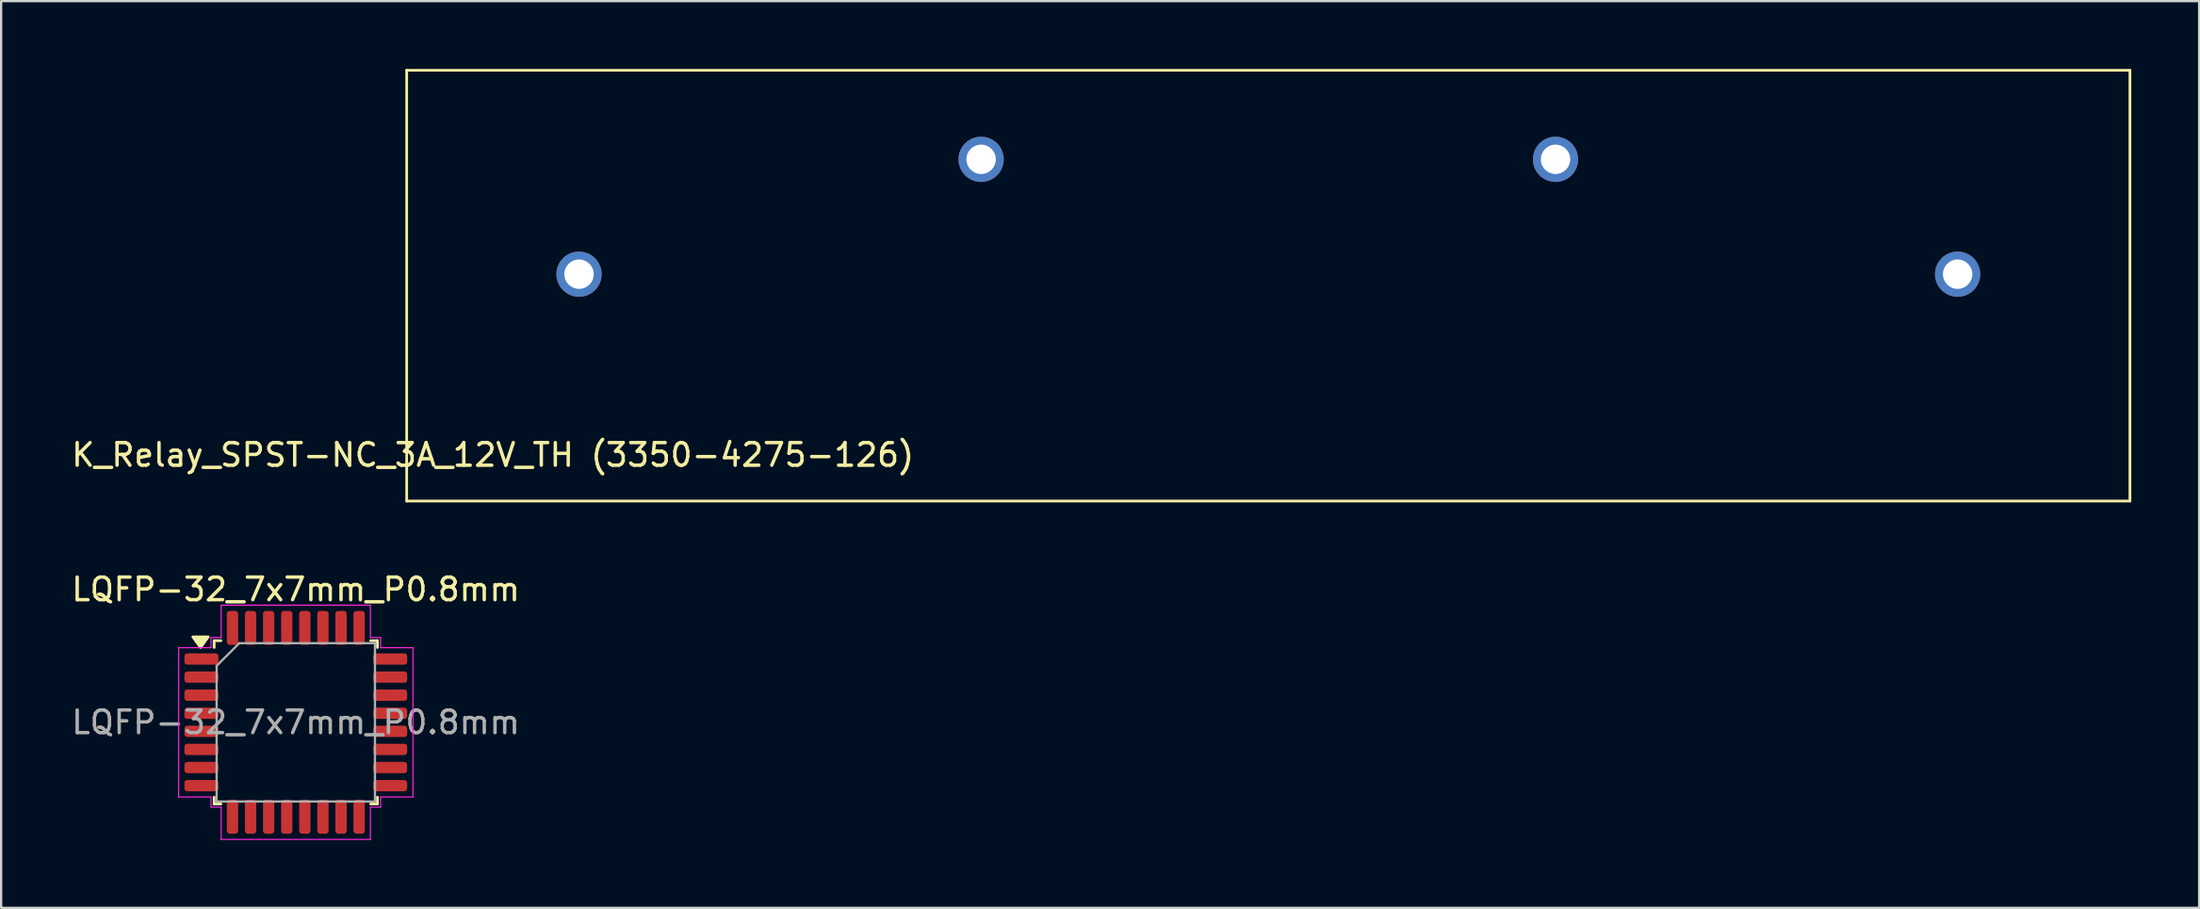
<source format=kicad_pcb>
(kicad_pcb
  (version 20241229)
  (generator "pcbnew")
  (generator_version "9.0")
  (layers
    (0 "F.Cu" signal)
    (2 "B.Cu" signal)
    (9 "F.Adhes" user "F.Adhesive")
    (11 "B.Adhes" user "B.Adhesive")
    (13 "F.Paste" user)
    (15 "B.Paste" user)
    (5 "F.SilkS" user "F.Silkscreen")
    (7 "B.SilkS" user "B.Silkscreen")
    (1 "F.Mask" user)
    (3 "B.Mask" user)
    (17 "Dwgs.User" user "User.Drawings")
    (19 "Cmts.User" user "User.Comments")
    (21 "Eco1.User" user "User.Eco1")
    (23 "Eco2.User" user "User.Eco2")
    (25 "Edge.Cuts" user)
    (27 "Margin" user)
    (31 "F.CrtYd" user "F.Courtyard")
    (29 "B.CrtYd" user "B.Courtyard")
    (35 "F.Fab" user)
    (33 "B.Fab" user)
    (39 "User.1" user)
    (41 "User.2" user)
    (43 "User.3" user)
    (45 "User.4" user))
  (footprint "K_Relay_SPST-NC_3A_12V_TH (3350-4275-126)"
    (layer "F.Cu")
    (at 18.744 16.57)
    (property "Reference" "K_Relay_SPST-NC_3A_12V_TH (3350-4275-126)" (at 0 0.5 0) (layer "F.SilkS") (effects (font (size 1 1) (thickness 0.15))))
    (attr through_hole)
    (fp_line (start -3.81 -16.51) (end -3.81 2.54) (stroke (width 0.12) (type solid)) (layer "F.SilkS"))
    (fp_line (start -3.81 2.54) (end 72.39 2.54) (stroke (width 0.12) (type solid)) (layer "F.SilkS"))
    (fp_line (start 72.39 -16.51) (end -3.81 -16.51) (stroke (width 0.12) (type solid)) (layer "F.SilkS"))
    (fp_line (start 72.39 2.54) (end 72.39 -16.51) (stroke (width 0.12) (type solid)) (layer "F.SilkS"))
    (pad "1" thru_hole circle (at 64.77 -7.493) (size 2 2) (drill 1.3) (layers "*.Cu" "*.Mask"))
    (pad "2" thru_hole circle (at 46.99 -12.573) (size 2 2) (drill 1.3) (layers "*.Cu" "*.Mask"))
    (pad "3" thru_hole circle (at 21.59 -12.573) (size 2 2) (drill 1.3) (layers "*.Cu" "*.Mask"))
    (pad "4" thru_hole circle (at 3.81 -7.493) (size 2 2) (drill 1.3) (layers "*.Cu" "*.Mask")))
  (footprint "LQFP-32_7x7mm_P0.8mm"
    (layer "F.Cu")
    (at 10.03 28.898)
    (property "Reference" "LQFP-32_7x7mm_P0.8mm" (at 0 -5.88 0) (layer "F.SilkS") (effects (font (size 1 1) (thickness 0.15))))
    (attr smd)
    (fp_line (start -3.61 -3.61) (end -3.61 -3.31) (stroke (width 0.12) (type solid)) (layer "F.SilkS"))
    (fp_line (start -3.61 3.61) (end -3.61 3.31) (stroke (width 0.12) (type solid)) (layer "F.SilkS"))
    (fp_line (start -3.31 -3.61) (end -3.61 -3.61) (stroke (width 0.12) (type solid)) (layer "F.SilkS"))
    (fp_line (start -3.31 3.61) (end -3.61 3.61) (stroke (width 0.12) (type solid)) (layer "F.SilkS"))
    (fp_line (start 3.31 -3.61) (end 3.61 -3.61) (stroke (width 0.12) (type solid)) (layer "F.SilkS"))
    (fp_line (start 3.31 3.61) (end 3.61 3.61) (stroke (width 0.12) (type solid)) (layer "F.SilkS"))
    (fp_line (start 3.61 -3.61) (end 3.61 -3.31) (stroke (width 0.12) (type solid)) (layer "F.SilkS"))
    (fp_line (start 3.61 3.61) (end 3.61 3.31) (stroke (width 0.12) (type solid)) (layer "F.SilkS"))
    (fp_poly (pts (xy -4.213 -3.31) (xy -4.553 -3.78) (xy -3.873 -3.78)) (stroke (width 0.12) (type solid)) (fill yes) (layer "F.SilkS"))
    (fp_line (start -5.18 -3.3) (end -3.75 -3.3) (stroke (width 0.05) (type solid)) (layer "F.CrtYd"))
    (fp_line (start -5.18 3.3) (end -5.18 -3.3) (stroke (width 0.05) (type solid)) (layer "F.CrtYd"))
    (fp_line (start -3.75 -3.75) (end -3.3 -3.75) (stroke (width 0.05) (type solid)) (layer "F.CrtYd"))
    (fp_line (start -3.75 -3.3) (end -3.75 -3.75) (stroke (width 0.05) (type solid)) (layer "F.CrtYd"))
    (fp_line (start -3.75 3.3) (end -5.18 3.3) (stroke (width 0.05) (type solid)) (layer "F.CrtYd"))
    (fp_line (start -3.75 3.75) (end -3.75 3.3) (stroke (width 0.05) (type solid)) (layer "F.CrtYd"))
    (fp_line (start -3.3 -5.18) (end 3.3 -5.18) (stroke (width 0.05) (type solid)) (layer "F.CrtYd"))
    (fp_line (start -3.3 -3.75) (end -3.3 -5.18) (stroke (width 0.05) (type solid)) (layer "F.CrtYd"))
    (fp_line (start -3.3 3.75) (end -3.75 3.75) (stroke (width 0.05) (type solid)) (layer "F.CrtYd"))
    (fp_line (start -3.3 5.18) (end -3.3 3.75) (stroke (width 0.05) (type solid)) (layer "F.CrtYd"))
    (fp_line (start 3.3 -5.18) (end 3.3 -3.75) (stroke (width 0.05) (type solid)) (layer "F.CrtYd"))
    (fp_line (start 3.3 -3.75) (end 3.75 -3.75) (stroke (width 0.05) (type solid)) (layer "F.CrtYd"))
    (fp_line (start 3.3 3.75) (end 3.3 5.18) (stroke (width 0.05) (type solid)) (layer "F.CrtYd"))
    (fp_line (start 3.3 5.18) (end -3.3 5.18) (stroke (width 0.05) (type solid)) (layer "F.CrtYd"))
    (fp_line (start 3.75 -3.75) (end 3.75 -3.3) (stroke (width 0.05) (type solid)) (layer "F.CrtYd"))
    (fp_line (start 3.75 -3.3) (end 5.18 -3.3) (stroke (width 0.05) (type solid)) (layer "F.CrtYd"))
    (fp_line (start 3.75 3.3) (end 3.75 3.75) (stroke (width 0.05) (type solid)) (layer "F.CrtYd"))
    (fp_line (start 3.75 3.75) (end 3.3 3.75) (stroke (width 0.05) (type solid)) (layer "F.CrtYd"))
    (fp_line (start 5.18 -3.3) (end 5.18 3.3) (stroke (width 0.05) (type solid)) (layer "F.CrtYd"))
    (fp_line (start 5.18 3.3) (end 3.75 3.3) (stroke (width 0.05) (type solid)) (layer "F.CrtYd"))
    (fp_line (start -3.5 -2.5) (end -2.5 -3.5) (stroke (width 0.1) (type solid)) (layer "F.Fab"))
    (fp_line (start -3.5 3.5) (end -3.5 -2.5) (stroke (width 0.1) (type solid)) (layer "F.Fab"))
    (fp_line (start -2.5 -3.5) (end 3.5 -3.5) (stroke (width 0.1) (type solid)) (layer "F.Fab"))
    (fp_line (start 3.5 -3.5) (end 3.5 3.5) (stroke (width 0.1) (type solid)) (layer "F.Fab"))
    (fp_line (start 3.5 3.5) (end -3.5 3.5) (stroke (width 0.1) (type solid)) (layer "F.Fab"))
    (fp_text user "${REFERENCE}" (at 0 0 0) (layer "F.Fab") (effects (font (size 1 1) (thickness 0.15))))
    (pad "1" smd roundrect (at -4.175 -2.8) (size 1.5 0.5) (layers "F.Cu" "F.Mask" "F.Paste") (roundrect_rratio 0.25))
    (pad "2" smd roundrect (at -4.175 -2) (size 1.5 0.5) (layers "F.Cu" "F.Mask" "F.Paste") (roundrect_rratio 0.25))
    (pad "3" smd roundrect (at -4.175 -1.2) (size 1.5 0.5) (layers "F.Cu" "F.Mask" "F.Paste") (roundrect_rratio 0.25))
    (pad "4" smd roundrect (at -4.175 -0.4) (size 1.5 0.5) (layers "F.Cu" "F.Mask" "F.Paste") (roundrect_rratio 0.25))
    (pad "5" smd roundrect (at -4.175 0.4) (size 1.5 0.5) (layers "F.Cu" "F.Mask" "F.Paste") (roundrect_rratio 0.25))
    (pad "6" smd roundrect (at -4.175 1.2) (size 1.5 0.5) (layers "F.Cu" "F.Mask" "F.Paste") (roundrect_rratio 0.25))
    (pad "7" smd roundrect (at -4.175 2) (size 1.5 0.5) (layers "F.Cu" "F.Mask" "F.Paste") (roundrect_rratio 0.25))
    (pad "8" smd roundrect (at -4.175 2.8) (size 1.5 0.5) (layers "F.Cu" "F.Mask" "F.Paste") (roundrect_rratio 0.25))
    (pad "9" smd roundrect (at -2.8 4.175) (size 0.5 1.5) (layers "F.Cu" "F.Mask" "F.Paste") (roundrect_rratio 0.25))
    (pad "10" smd roundrect (at -2 4.175) (size 0.5 1.5) (layers "F.Cu" "F.Mask" "F.Paste") (roundrect_rratio 0.25))
    (pad "11" smd roundrect (at -1.2 4.175) (size 0.5 1.5) (layers "F.Cu" "F.Mask" "F.Paste") (roundrect_rratio 0.25))
    (pad "12" smd roundrect (at -0.4 4.175) (size 0.5 1.5) (layers "F.Cu" "F.Mask" "F.Paste") (roundrect_rratio 0.25))
    (pad "13" smd roundrect (at 0.4 4.175) (size 0.5 1.5) (layers "F.Cu" "F.Mask" "F.Paste") (roundrect_rratio 0.25))
    (pad "14" smd roundrect (at 1.2 4.175) (size 0.5 1.5) (layers "F.Cu" "F.Mask" "F.Paste") (roundrect_rratio 0.25))
    (pad "15" smd roundrect (at 2 4.175) (size 0.5 1.5) (layers "F.Cu" "F.Mask" "F.Paste") (roundrect_rratio 0.25))
    (pad "16" smd roundrect (at 2.8 4.175) (size 0.5 1.5) (layers "F.Cu" "F.Mask" "F.Paste") (roundrect_rratio 0.25))
    (pad "17" smd roundrect (at 4.175 2.8) (size 1.5 0.5) (layers "F.Cu" "F.Mask" "F.Paste") (roundrect_rratio 0.25))
    (pad "18" smd roundrect (at 4.175 2) (size 1.5 0.5) (layers "F.Cu" "F.Mask" "F.Paste") (roundrect_rratio 0.25))
    (pad "19" smd roundrect (at 4.175 1.2) (size 1.5 0.5) (layers "F.Cu" "F.Mask" "F.Paste") (roundrect_rratio 0.25))
    (pad "20" smd roundrect (at 4.175 0.4) (size 1.5 0.5) (layers "F.Cu" "F.Mask" "F.Paste") (roundrect_rratio 0.25))
    (pad "21" smd roundrect (at 4.175 -0.4) (size 1.5 0.5) (layers "F.Cu" "F.Mask" "F.Paste") (roundrect_rratio 0.25))
    (pad "22" smd roundrect (at 4.175 -1.2) (size 1.5 0.5) (layers "F.Cu" "F.Mask" "F.Paste") (roundrect_rratio 0.25))
    (pad "23" smd roundrect (at 4.175 -2) (size 1.5 0.5) (layers "F.Cu" "F.Mask" "F.Paste") (roundrect_rratio 0.25))
    (pad "24" smd roundrect (at 4.175 -2.8) (size 1.5 0.5) (layers "F.Cu" "F.Mask" "F.Paste") (roundrect_rratio 0.25))
    (pad "25" smd roundrect (at 2.8 -4.175) (size 0.5 1.5) (layers "F.Cu" "F.Mask" "F.Paste") (roundrect_rratio 0.25))
    (pad "26" smd roundrect (at 2 -4.175) (size 0.5 1.5) (layers "F.Cu" "F.Mask" "F.Paste") (roundrect_rratio 0.25))
    (pad "27" smd roundrect (at 1.2 -4.175) (size 0.5 1.5) (layers "F.Cu" "F.Mask" "F.Paste") (roundrect_rratio 0.25))
    (pad "28" smd roundrect (at 0.4 -4.175) (size 0.5 1.5) (layers "F.Cu" "F.Mask" "F.Paste") (roundrect_rratio 0.25))
    (pad "29" smd roundrect (at -0.4 -4.175) (size 0.5 1.5) (layers "F.Cu" "F.Mask" "F.Paste") (roundrect_rratio 0.25))
    (pad "30" smd roundrect (at -1.2 -4.175) (size 0.5 1.5) (layers "F.Cu" "F.Mask" "F.Paste") (roundrect_rratio 0.25))
    (pad "31" smd roundrect (at -2 -4.175) (size 0.5 1.5) (layers "F.Cu" "F.Mask" "F.Paste") (roundrect_rratio 0.25))
    (pad "32" smd roundrect (at -2.8 -4.175) (size 0.5 1.5) (layers "F.Cu" "F.Mask" "F.Paste") (roundrect_rratio 0.25)))
  (gr_rect
    (start -3 -3)
    (end 94.194 37.103)
    (stroke (width 0.1) (type default))
    (fill no)
    (layer "Edge.Cuts")))
</source>
